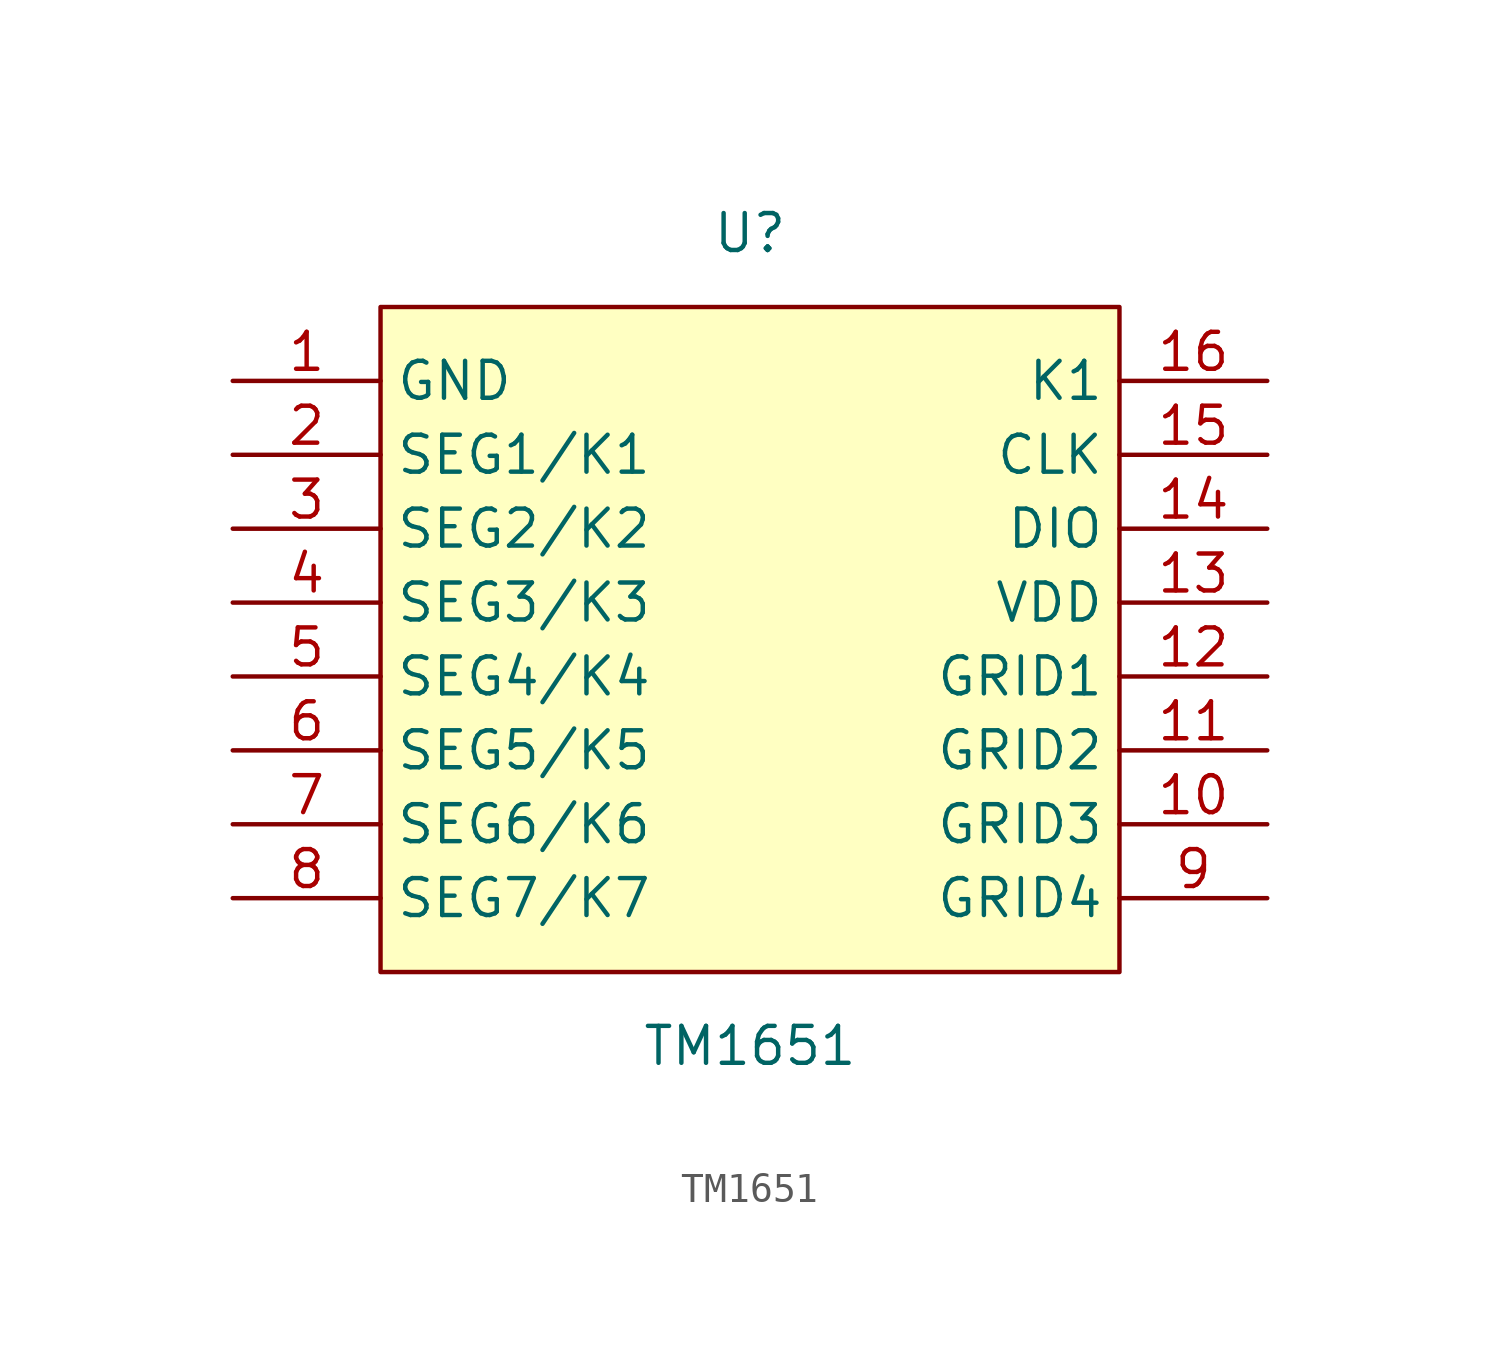
<source format=kicad_sym>
(kicad_symbol_lib
  (version 20211014)
  (generator https://github.com/uPesy/easyeda2kicad.py)
  (symbol "TM1651"
    (property "Reference" "U"
      (at 0 13.97 0)
      (effects (font (size 1.27 1.27))))
    (property "Value" "TM1651"
      (at 0 -13.97 0)
      (effects (font (size 1.27 1.27))))
    (symbol "TM1651_0_1"
      (rectangle (start -12.70 11.43) (end 12.70 -11.43) (stroke (width 0) (type default) (color 0 0 0 0)) (fill (type background)))
      (pin unspecified line (at -17.78 8.89 0) (length 5.08) (name "GND" (effects (font (size 1.27 1.27)))) (number "1" (effects (font (size 1.27 1.27)))))
      (pin unspecified line (at -17.78 6.35 0) (length 5.08) (name "SEG1/K1" (effects (font (size 1.27 1.27)))) (number "2" (effects (font (size 1.27 1.27)))))
      (pin unspecified line (at -17.78 3.81 0) (length 5.08) (name "SEG2/K2" (effects (font (size 1.27 1.27)))) (number "3" (effects (font (size 1.27 1.27)))))
      (pin unspecified line (at -17.78 1.27 0) (length 5.08) (name "SEG3/K3" (effects (font (size 1.27 1.27)))) (number "4" (effects (font (size 1.27 1.27)))))
      (pin unspecified line (at -17.78 -1.27 0) (length 5.08) (name "SEG4/K4" (effects (font (size 1.27 1.27)))) (number "5" (effects (font (size 1.27 1.27)))))
      (pin unspecified line (at -17.78 -3.81 0) (length 5.08) (name "SEG5/K5" (effects (font (size 1.27 1.27)))) (number "6" (effects (font (size 1.27 1.27)))))
      (pin unspecified line (at -17.78 -6.35 0) (length 5.08) (name "SEG6/K6" (effects (font (size 1.27 1.27)))) (number "7" (effects (font (size 1.27 1.27)))))
      (pin unspecified line (at -17.78 -8.89 0) (length 5.08) (name "SEG7/K7" (effects (font (size 1.27 1.27)))) (number "8" (effects (font (size 1.27 1.27)))))
      (pin unspecified line (at 17.78 -8.89 180) (length 5.08) (name "GRID4" (effects (font (size 1.27 1.27)))) (number "9" (effects (font (size 1.27 1.27)))))
      (pin unspecified line (at 17.78 -6.35 180) (length 5.08) (name "GRID3" (effects (font (size 1.27 1.27)))) (number "10" (effects (font (size 1.27 1.27)))))
      (pin unspecified line (at 17.78 -3.81 180) (length 5.08) (name "GRID2" (effects (font (size 1.27 1.27)))) (number "11" (effects (font (size 1.27 1.27)))))
      (pin unspecified line (at 17.78 -1.27 180) (length 5.08) (name "GRID1" (effects (font (size 1.27 1.27)))) (number "12" (effects (font (size 1.27 1.27)))))
      (pin unspecified line (at 17.78 1.27 180) (length 5.08) (name "VDD" (effects (font (size 1.27 1.27)))) (number "13" (effects (font (size 1.27 1.27)))))
      (pin unspecified line (at 17.78 3.81 180) (length 5.08) (name "DIO" (effects (font (size 1.27 1.27)))) (number "14" (effects (font (size 1.27 1.27)))))
      (pin unspecified line (at 17.78 6.35 180) (length 5.08) (name "CLK" (effects (font (size 1.27 1.27)))) (number "15" (effects (font (size 1.27 1.27)))))
      (pin unspecified line (at 17.78 8.89 180) (length 5.08) (name "K1" (effects (font (size 1.27 1.27)))) (number "16" (effects (font (size 1.27 1.27))))))))
</source>
